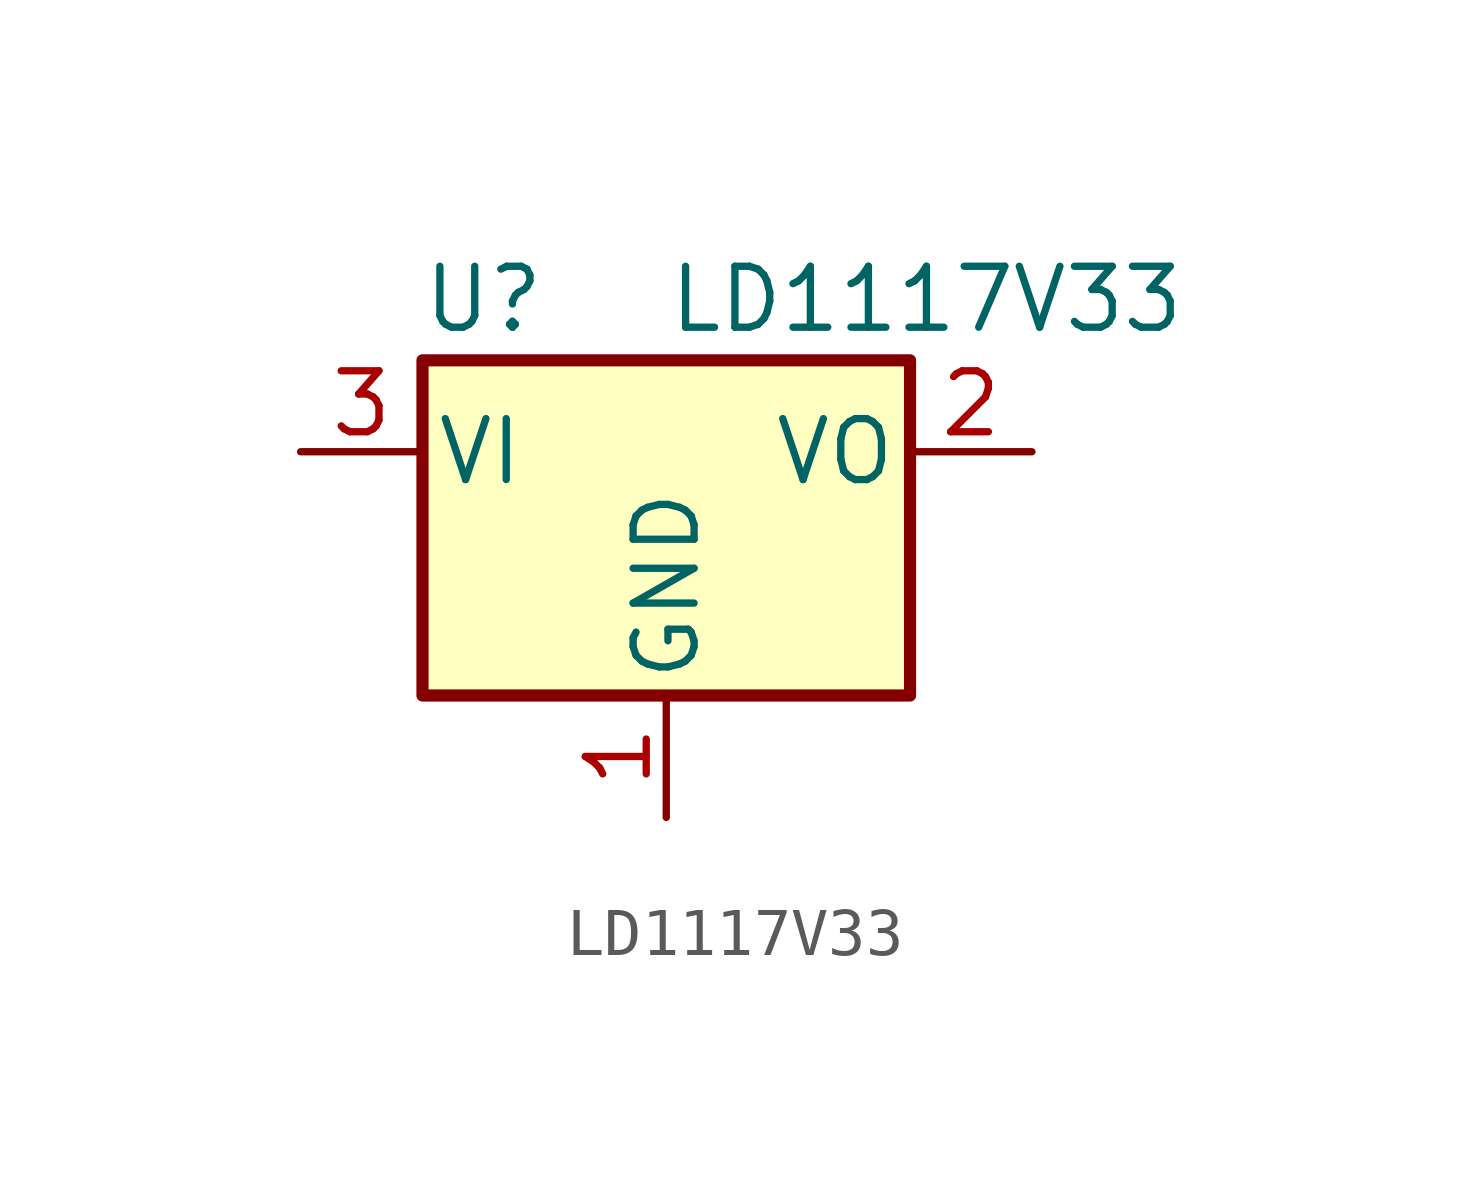
<source format=kicad_sym>
(kicad_symbol_lib
  (version 20211014)
  (generator kicad_symbol_editor)
  (symbol "LD1117V33"
    (pin_names
      (offset 0.254))
    (property "Reference" "U"
      (at -3.81 3.175 0)
      (effects (font (size 1.27 1.27))))
    (property "Value" "LD1117V33"
      (at 0 3.175 0)
      (effects (font (size 1.27 1.27)) (justify left)))
    (symbol "LD1117V33_0_1"
      (rectangle (start -5.08 1.905) (end 5.08 -5.08) (stroke (width 0.254) (type default) (color 0 0 0 0)) (fill (type background))))
    (symbol "LD1117V33_1_1"
      (pin input line (at 0 -7.62 90) (length 2.54) (name "GND" (effects (font (size 1.27 1.27)))) (number "1" (effects (font (size 1.27 1.27)))))
      (pin power_out line (at 7.62 0 180) (length 2.54) (name "VO" (effects (font (size 1.27 1.27)))) (number "2" (effects (font (size 1.27 1.27)))))
      (pin power_in line (at -7.62 0 0) (length 2.54) (name "VI" (effects (font (size 1.27 1.27)))) (number "3" (effects (font (size 1.27 1.27))))))))
</source>
